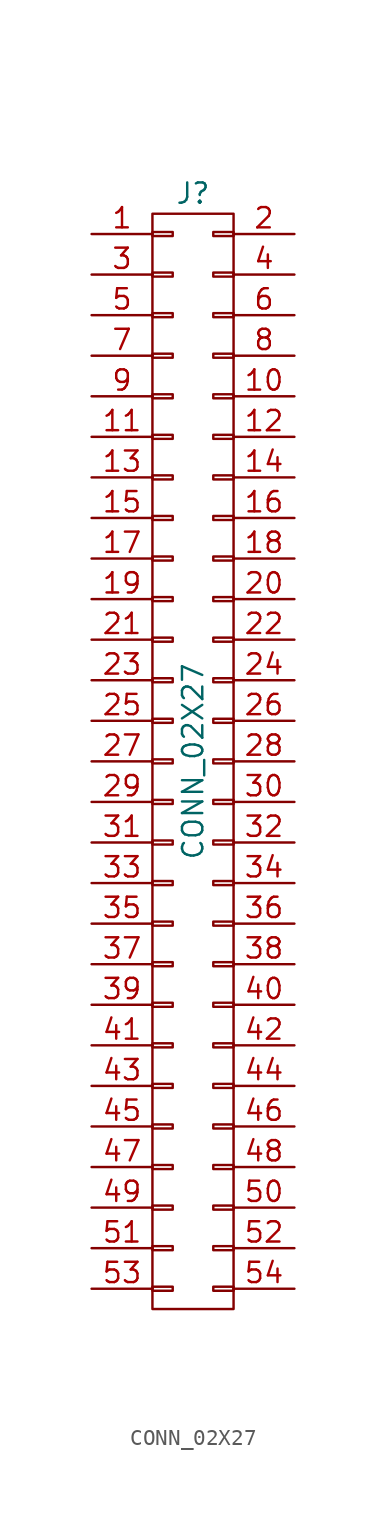
<source format=kicad_sym>
(kicad_symbol_lib
  (version 20211014)
  (generator kicad_symbol_editor)
  (symbol "CONN_02X27"
    (pin_names
      (offset 0.025) hide)
    (property "Reference" "J"
      (at 0 35.56 0)
      (effects (font (size 1.27 1.27))))
    (property "Value" "CONN_02X27"
      (at 0 0 90)
      (effects (font (size 1.27 1.27))))
    (symbol "CONN_02X27_0_1"
      (rectangle (start -2.54 -32.893) (end -1.27 -33.147) (stroke (width 0) (type default) (color 0 0 0 0)) (fill (type none)))
      (rectangle (start -2.54 -30.353) (end -1.27 -30.607) (stroke (width 0) (type default) (color 0 0 0 0)) (fill (type none)))
      (rectangle (start -2.54 -27.813) (end -1.27 -28.067) (stroke (width 0) (type default) (color 0 0 0 0)) (fill (type none)))
      (rectangle (start -2.54 -25.273) (end -1.27 -25.527) (stroke (width 0) (type default) (color 0 0 0 0)) (fill (type none)))
      (rectangle (start -2.54 -22.733) (end -1.27 -22.987) (stroke (width 0) (type default) (color 0 0 0 0)) (fill (type none)))
      (rectangle (start -2.54 -20.193) (end -1.27 -20.447) (stroke (width 0) (type default) (color 0 0 0 0)) (fill (type none)))
      (rectangle (start -2.54 -17.653) (end -1.27 -17.907) (stroke (width 0) (type default) (color 0 0 0 0)) (fill (type none)))
      (rectangle (start -2.54 -15.113) (end -1.27 -15.367) (stroke (width 0) (type default) (color 0 0 0 0)) (fill (type none)))
      (rectangle (start -2.54 -12.573) (end -1.27 -12.827) (stroke (width 0) (type default) (color 0 0 0 0)) (fill (type none)))
      (rectangle (start -2.54 -10.033) (end -1.27 -10.287) (stroke (width 0) (type default) (color 0 0 0 0)) (fill (type none)))
      (rectangle (start -2.54 -7.493) (end -1.27 -7.747) (stroke (width 0) (type default) (color 0 0 0 0)) (fill (type none)))
      (rectangle (start -2.54 -4.953) (end -1.27 -5.207) (stroke (width 0) (type default) (color 0 0 0 0)) (fill (type none)))
      (rectangle (start -2.54 -2.413) (end -1.27 -2.667) (stroke (width 0) (type default) (color 0 0 0 0)) (fill (type none)))
      (rectangle (start -2.54 0.127) (end -1.27 -0.127) (stroke (width 0) (type default) (color 0 0 0 0)) (fill (type none)))
      (rectangle (start -2.54 2.667) (end -1.27 2.413) (stroke (width 0) (type default) (color 0 0 0 0)) (fill (type none)))
      (rectangle (start -2.54 5.207) (end -1.27 4.953) (stroke (width 0) (type default) (color 0 0 0 0)) (fill (type none)))
      (rectangle (start -2.54 7.747) (end -1.27 7.493) (stroke (width 0) (type default) (color 0 0 0 0)) (fill (type none)))
      (rectangle (start -2.54 10.287) (end -1.27 10.033) (stroke (width 0) (type default) (color 0 0 0 0)) (fill (type none)))
      (rectangle (start -2.54 12.827) (end -1.27 12.573) (stroke (width 0) (type default) (color 0 0 0 0)) (fill (type none)))
      (rectangle (start -2.54 15.367) (end -1.27 15.113) (stroke (width 0) (type default) (color 0 0 0 0)) (fill (type none)))
      (rectangle (start -2.54 17.907) (end -1.27 17.653) (stroke (width 0) (type default) (color 0 0 0 0)) (fill (type none)))
      (rectangle (start -2.54 20.447) (end -1.27 20.193) (stroke (width 0) (type default) (color 0 0 0 0)) (fill (type none)))
      (rectangle (start -2.54 22.987) (end -1.27 22.733) (stroke (width 0) (type default) (color 0 0 0 0)) (fill (type none)))
      (rectangle (start -2.54 25.527) (end -1.27 25.273) (stroke (width 0) (type default) (color 0 0 0 0)) (fill (type none)))
      (rectangle (start -2.54 28.067) (end -1.27 27.813) (stroke (width 0) (type default) (color 0 0 0 0)) (fill (type none)))
      (rectangle (start -2.54 30.607) (end -1.27 30.353) (stroke (width 0) (type default) (color 0 0 0 0)) (fill (type none)))
      (rectangle (start -2.54 33.147) (end -1.27 32.893) (stroke (width 0) (type default) (color 0 0 0 0)) (fill (type none)))
      (rectangle (start -2.54 34.29) (end 2.54 -34.29) (stroke (width 0) (type default) (color 0 0 0 0)) (fill (type none)))
      (rectangle (start 1.27 -32.893) (end 2.54 -33.147) (stroke (width 0) (type default) (color 0 0 0 0)) (fill (type none)))
      (rectangle (start 1.27 -30.353) (end 2.54 -30.607) (stroke (width 0) (type default) (color 0 0 0 0)) (fill (type none)))
      (rectangle (start 1.27 -27.813) (end 2.54 -28.067) (stroke (width 0) (type default) (color 0 0 0 0)) (fill (type none)))
      (rectangle (start 1.27 -25.273) (end 2.54 -25.527) (stroke (width 0) (type default) (color 0 0 0 0)) (fill (type none)))
      (rectangle (start 1.27 -22.733) (end 2.54 -22.987) (stroke (width 0) (type default) (color 0 0 0 0)) (fill (type none)))
      (rectangle (start 1.27 -20.193) (end 2.54 -20.447) (stroke (width 0) (type default) (color 0 0 0 0)) (fill (type none)))
      (rectangle (start 1.27 -17.653) (end 2.54 -17.907) (stroke (width 0) (type default) (color 0 0 0 0)) (fill (type none)))
      (rectangle (start 1.27 -15.113) (end 2.54 -15.367) (stroke (width 0) (type default) (color 0 0 0 0)) (fill (type none)))
      (rectangle (start 1.27 -12.573) (end 2.54 -12.827) (stroke (width 0) (type default) (color 0 0 0 0)) (fill (type none)))
      (rectangle (start 1.27 -10.033) (end 2.54 -10.287) (stroke (width 0) (type default) (color 0 0 0 0)) (fill (type none)))
      (rectangle (start 1.27 -7.493) (end 2.54 -7.747) (stroke (width 0) (type default) (color 0 0 0 0)) (fill (type none)))
      (rectangle (start 1.27 -4.953) (end 2.54 -5.207) (stroke (width 0) (type default) (color 0 0 0 0)) (fill (type none)))
      (rectangle (start 1.27 -2.413) (end 2.54 -2.667) (stroke (width 0) (type default) (color 0 0 0 0)) (fill (type none)))
      (rectangle (start 1.27 0.127) (end 2.54 -0.127) (stroke (width 0) (type default) (color 0 0 0 0)) (fill (type none)))
      (rectangle (start 1.27 2.667) (end 2.54 2.413) (stroke (width 0) (type default) (color 0 0 0 0)) (fill (type none)))
      (rectangle (start 1.27 5.207) (end 2.54 4.953) (stroke (width 0) (type default) (color 0 0 0 0)) (fill (type none)))
      (rectangle (start 1.27 7.747) (end 2.54 7.493) (stroke (width 0) (type default) (color 0 0 0 0)) (fill (type none)))
      (rectangle (start 1.27 10.287) (end 2.54 10.033) (stroke (width 0) (type default) (color 0 0 0 0)) (fill (type none)))
      (rectangle (start 1.27 12.827) (end 2.54 12.573) (stroke (width 0) (type default) (color 0 0 0 0)) (fill (type none)))
      (rectangle (start 1.27 15.367) (end 2.54 15.113) (stroke (width 0) (type default) (color 0 0 0 0)) (fill (type none)))
      (rectangle (start 1.27 17.907) (end 2.54 17.653) (stroke (width 0) (type default) (color 0 0 0 0)) (fill (type none)))
      (rectangle (start 1.27 20.447) (end 2.54 20.193) (stroke (width 0) (type default) (color 0 0 0 0)) (fill (type none)))
      (rectangle (start 1.27 22.987) (end 2.54 22.733) (stroke (width 0) (type default) (color 0 0 0 0)) (fill (type none)))
      (rectangle (start 1.27 25.527) (end 2.54 25.273) (stroke (width 0) (type default) (color 0 0 0 0)) (fill (type none)))
      (rectangle (start 1.27 28.067) (end 2.54 27.813) (stroke (width 0) (type default) (color 0 0 0 0)) (fill (type none)))
      (rectangle (start 1.27 30.607) (end 2.54 30.353) (stroke (width 0) (type default) (color 0 0 0 0)) (fill (type none)))
      (rectangle (start 1.27 33.147) (end 2.54 32.893) (stroke (width 0) (type default) (color 0 0 0 0)) (fill (type none))))
    (symbol "CONN_02X27_1_1"
      (pin passive line (at -6.35 33.02 0) (length 3.81) (name "P1" (effects (font (size 1.27 1.27)))) (number "1" (effects (font (size 1.27 1.27)))))
      (pin passive line (at 6.35 22.86 180) (length 3.81) (name "P10" (effects (font (size 1.27 1.27)))) (number "10" (effects (font (size 1.27 1.27)))))
      (pin passive line (at -6.35 20.32 0) (length 3.81) (name "P11" (effects (font (size 1.27 1.27)))) (number "11" (effects (font (size 1.27 1.27)))))
      (pin passive line (at 6.35 20.32 180) (length 3.81) (name "P12" (effects (font (size 1.27 1.27)))) (number "12" (effects (font (size 1.27 1.27)))))
      (pin passive line (at -6.35 17.78 0) (length 3.81) (name "P13" (effects (font (size 1.27 1.27)))) (number "13" (effects (font (size 1.27 1.27)))))
      (pin passive line (at 6.35 17.78 180) (length 3.81) (name "P14" (effects (font (size 1.27 1.27)))) (number "14" (effects (font (size 1.27 1.27)))))
      (pin passive line (at -6.35 15.24 0) (length 3.81) (name "P15" (effects (font (size 1.27 1.27)))) (number "15" (effects (font (size 1.27 1.27)))))
      (pin passive line (at 6.35 15.24 180) (length 3.81) (name "P16" (effects (font (size 1.27 1.27)))) (number "16" (effects (font (size 1.27 1.27)))))
      (pin passive line (at -6.35 12.7 0) (length 3.81) (name "P17" (effects (font (size 1.27 1.27)))) (number "17" (effects (font (size 1.27 1.27)))))
      (pin passive line (at 6.35 12.7 180) (length 3.81) (name "P18" (effects (font (size 1.27 1.27)))) (number "18" (effects (font (size 1.27 1.27)))))
      (pin passive line (at -6.35 10.16 0) (length 3.81) (name "P19" (effects (font (size 1.27 1.27)))) (number "19" (effects (font (size 1.27 1.27)))))
      (pin passive line (at 6.35 33.02 180) (length 3.81) (name "P2" (effects (font (size 1.27 1.27)))) (number "2" (effects (font (size 1.27 1.27)))))
      (pin passive line (at 6.35 10.16 180) (length 3.81) (name "P20" (effects (font (size 1.27 1.27)))) (number "20" (effects (font (size 1.27 1.27)))))
      (pin passive line (at -6.35 7.62 0) (length 3.81) (name "P21" (effects (font (size 1.27 1.27)))) (number "21" (effects (font (size 1.27 1.27)))))
      (pin passive line (at 6.35 7.62 180) (length 3.81) (name "P22" (effects (font (size 1.27 1.27)))) (number "22" (effects (font (size 1.27 1.27)))))
      (pin passive line (at -6.35 5.08 0) (length 3.81) (name "P23" (effects (font (size 1.27 1.27)))) (number "23" (effects (font (size 1.27 1.27)))))
      (pin passive line (at 6.35 5.08 180) (length 3.81) (name "P24" (effects (font (size 1.27 1.27)))) (number "24" (effects (font (size 1.27 1.27)))))
      (pin passive line (at -6.35 2.54 0) (length 3.81) (name "P25" (effects (font (size 1.27 1.27)))) (number "25" (effects (font (size 1.27 1.27)))))
      (pin passive line (at 6.35 2.54 180) (length 3.81) (name "P26" (effects (font (size 1.27 1.27)))) (number "26" (effects (font (size 1.27 1.27)))))
      (pin passive line (at -6.35 0 0) (length 3.81) (name "P27" (effects (font (size 1.27 1.27)))) (number "27" (effects (font (size 1.27 1.27)))))
      (pin passive line (at 6.35 0 180) (length 3.81) (name "P28" (effects (font (size 1.27 1.27)))) (number "28" (effects (font (size 1.27 1.27)))))
      (pin passive line (at -6.35 -2.54 0) (length 3.81) (name "P29" (effects (font (size 1.27 1.27)))) (number "29" (effects (font (size 1.27 1.27)))))
      (pin passive line (at -6.35 30.48 0) (length 3.81) (name "P3" (effects (font (size 1.27 1.27)))) (number "3" (effects (font (size 1.27 1.27)))))
      (pin passive line (at 6.35 -2.54 180) (length 3.81) (name "P30" (effects (font (size 1.27 1.27)))) (number "30" (effects (font (size 1.27 1.27)))))
      (pin passive line (at -6.35 -5.08 0) (length 3.81) (name "P31" (effects (font (size 1.27 1.27)))) (number "31" (effects (font (size 1.27 1.27)))))
      (pin passive line (at 6.35 -5.08 180) (length 3.81) (name "P32" (effects (font (size 1.27 1.27)))) (number "32" (effects (font (size 1.27 1.27)))))
      (pin passive line (at -6.35 -7.62 0) (length 3.81) (name "P33" (effects (font (size 1.27 1.27)))) (number "33" (effects (font (size 1.27 1.27)))))
      (pin passive line (at 6.35 -7.62 180) (length 3.81) (name "P34" (effects (font (size 1.27 1.27)))) (number "34" (effects (font (size 1.27 1.27)))))
      (pin passive line (at -6.35 -10.16 0) (length 3.81) (name "P35" (effects (font (size 1.27 1.27)))) (number "35" (effects (font (size 1.27 1.27)))))
      (pin passive line (at 6.35 -10.16 180) (length 3.81) (name "P36" (effects (font (size 1.27 1.27)))) (number "36" (effects (font (size 1.27 1.27)))))
      (pin passive line (at -6.35 -12.7 0) (length 3.81) (name "P37" (effects (font (size 1.27 1.27)))) (number "37" (effects (font (size 1.27 1.27)))))
      (pin passive line (at 6.35 -12.7 180) (length 3.81) (name "P38" (effects (font (size 1.27 1.27)))) (number "38" (effects (font (size 1.27 1.27)))))
      (pin passive line (at -6.35 -15.24 0) (length 3.81) (name "P39" (effects (font (size 1.27 1.27)))) (number "39" (effects (font (size 1.27 1.27)))))
      (pin passive line (at 6.35 30.48 180) (length 3.81) (name "P4" (effects (font (size 1.27 1.27)))) (number "4" (effects (font (size 1.27 1.27)))))
      (pin passive line (at 6.35 -15.24 180) (length 3.81) (name "P40" (effects (font (size 1.27 1.27)))) (number "40" (effects (font (size 1.27 1.27)))))
      (pin passive line (at -6.35 -17.78 0) (length 3.81) (name "P41" (effects (font (size 1.27 1.27)))) (number "41" (effects (font (size 1.27 1.27)))))
      (pin passive line (at 6.35 -17.78 180) (length 3.81) (name "P42" (effects (font (size 1.27 1.27)))) (number "42" (effects (font (size 1.27 1.27)))))
      (pin passive line (at -6.35 -20.32 0) (length 3.81) (name "P43" (effects (font (size 1.27 1.27)))) (number "43" (effects (font (size 1.27 1.27)))))
      (pin passive line (at 6.35 -20.32 180) (length 3.81) (name "P44" (effects (font (size 1.27 1.27)))) (number "44" (effects (font (size 1.27 1.27)))))
      (pin passive line (at -6.35 -22.86 0) (length 3.81) (name "P45" (effects (font (size 1.27 1.27)))) (number "45" (effects (font (size 1.27 1.27)))))
      (pin passive line (at 6.35 -22.86 180) (length 3.81) (name "P46" (effects (font (size 1.27 1.27)))) (number "46" (effects (font (size 1.27 1.27)))))
      (pin passive line (at -6.35 -25.4 0) (length 3.81) (name "P47" (effects (font (size 1.27 1.27)))) (number "47" (effects (font (size 1.27 1.27)))))
      (pin passive line (at 6.35 -25.4 180) (length 3.81) (name "P48" (effects (font (size 1.27 1.27)))) (number "48" (effects (font (size 1.27 1.27)))))
      (pin passive line (at -6.35 -27.94 0) (length 3.81) (name "P49" (effects (font (size 1.27 1.27)))) (number "49" (effects (font (size 1.27 1.27)))))
      (pin passive line (at -6.35 27.94 0) (length 3.81) (name "P5" (effects (font (size 1.27 1.27)))) (number "5" (effects (font (size 1.27 1.27)))))
      (pin passive line (at 6.35 -27.94 180) (length 3.81) (name "P50" (effects (font (size 1.27 1.27)))) (number "50" (effects (font (size 1.27 1.27)))))
      (pin passive line (at -6.35 -30.48 0) (length 3.81) (name "P51" (effects (font (size 1.27 1.27)))) (number "51" (effects (font (size 1.27 1.27)))))
      (pin passive line (at 6.35 -30.48 180) (length 3.81) (name "P52" (effects (font (size 1.27 1.27)))) (number "52" (effects (font (size 1.27 1.27)))))
      (pin passive line (at -6.35 -33.02 0) (length 3.81) (name "P53" (effects (font (size 1.27 1.27)))) (number "53" (effects (font (size 1.27 1.27)))))
      (pin passive line (at 6.35 -33.02 180) (length 3.81) (name "P54" (effects (font (size 1.27 1.27)))) (number "54" (effects (font (size 1.27 1.27)))))
      (pin passive line (at 6.35 27.94 180) (length 3.81) (name "P6" (effects (font (size 1.27 1.27)))) (number "6" (effects (font (size 1.27 1.27)))))
      (pin passive line (at -6.35 25.4 0) (length 3.81) (name "P7" (effects (font (size 1.27 1.27)))) (number "7" (effects (font (size 1.27 1.27)))))
      (pin passive line (at 6.35 25.4 180) (length 3.81) (name "P8" (effects (font (size 1.27 1.27)))) (number "8" (effects (font (size 1.27 1.27)))))
      (pin passive line (at -6.35 22.86 0) (length 3.81) (name "P9" (effects (font (size 1.27 1.27)))) (number "9" (effects (font (size 1.27 1.27))))))))
</source>
